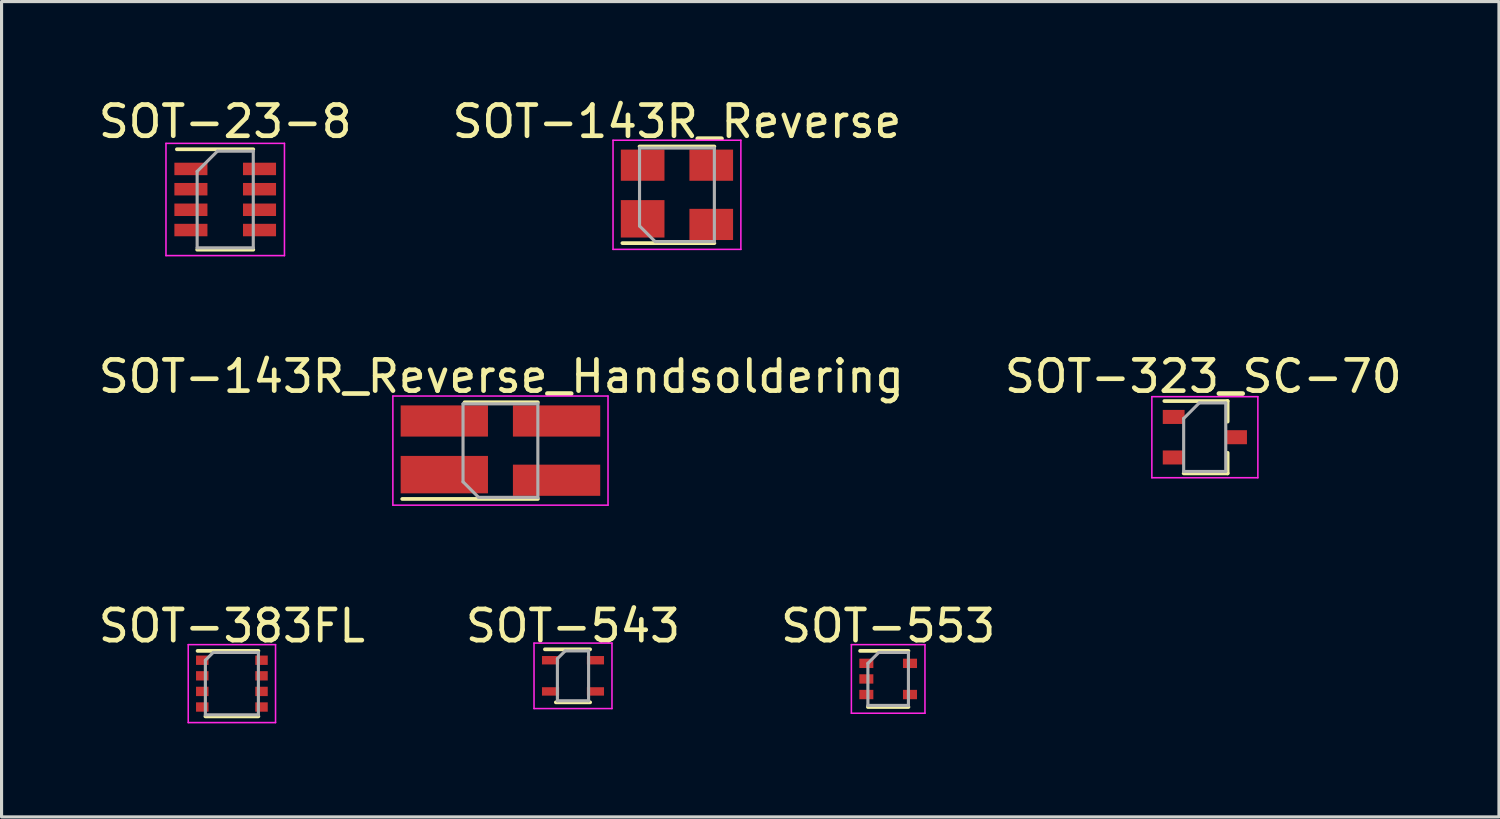
<source format=kicad_pcb>
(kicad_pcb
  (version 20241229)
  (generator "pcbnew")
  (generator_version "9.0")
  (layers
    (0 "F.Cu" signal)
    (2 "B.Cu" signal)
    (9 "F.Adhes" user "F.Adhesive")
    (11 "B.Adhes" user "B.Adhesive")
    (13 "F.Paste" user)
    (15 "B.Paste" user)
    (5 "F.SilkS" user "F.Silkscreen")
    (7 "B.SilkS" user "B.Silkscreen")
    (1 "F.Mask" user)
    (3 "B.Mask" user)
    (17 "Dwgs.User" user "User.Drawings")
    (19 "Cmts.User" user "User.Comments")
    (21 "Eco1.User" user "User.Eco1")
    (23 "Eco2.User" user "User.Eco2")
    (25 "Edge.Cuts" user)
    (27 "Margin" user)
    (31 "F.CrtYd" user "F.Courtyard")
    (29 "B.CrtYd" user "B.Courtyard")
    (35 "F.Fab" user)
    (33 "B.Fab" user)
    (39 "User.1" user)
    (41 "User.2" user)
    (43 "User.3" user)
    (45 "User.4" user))
  (footprint "SOT-23-8"
    (layer "F.Cu")
    (at 4.173 3.348)
    (property "Reference" "SOT-23-8" (at 0 -2.5 0) (layer "F.SilkS") (effects (font (size 1 1) (thickness 0.15))))
    (attr smd)
    (fp_line (start -0.9 1.61) (end 0.9 1.61) (stroke (width 0.12) (type solid)) (layer "F.SilkS"))
    (fp_line (start 0.9 -1.61) (end -1.55 -1.61) (stroke (width 0.12) (type solid)) (layer "F.SilkS"))
    (fp_line (start -1.9 -1.8) (end -1.9 1.8) (stroke (width 0.05) (type solid)) (layer "F.CrtYd"))
    (fp_line (start -1.9 1.8) (end 1.9 1.8) (stroke (width 0.05) (type solid)) (layer "F.CrtYd"))
    (fp_line (start 1.9 -1.8) (end -1.9 -1.8) (stroke (width 0.05) (type solid)) (layer "F.CrtYd"))
    (fp_line (start 1.9 1.8) (end 1.9 -1.8) (stroke (width 0.05) (type solid)) (layer "F.CrtYd"))
    (fp_line (start -0.9 -0.9) (end -0.9 1.55) (stroke (width 0.1) (type solid)) (layer "F.Fab"))
    (fp_line (start -0.9 -0.9) (end -0.25 -1.55) (stroke (width 0.1) (type solid)) (layer "F.Fab"))
    (fp_line (start 0.9 -1.55) (end -0.25 -1.55) (stroke (width 0.1) (type solid)) (layer "F.Fab"))
    (fp_line (start 0.9 -1.55) (end 0.9 1.55) (stroke (width 0.1) (type solid)) (layer "F.Fab"))
    (fp_line (start 0.9 1.55) (end -0.9 1.55) (stroke (width 0.1) (type solid)) (layer "F.Fab"))
    (pad "1" smd rect (at -1.1 -0.98) (size 1.06 0.4) (layers "F.Cu" "F.Mask" "F.Paste"))
    (pad "2" smd rect (at -1.1 -0.33) (size 1.06 0.4) (layers "F.Cu" "F.Mask" "F.Paste"))
    (pad "3" smd rect (at -1.1 0.33) (size 1.06 0.4) (layers "F.Cu" "F.Mask" "F.Paste"))
    (pad "4" smd rect (at -1.1 0.98) (size 1.06 0.4) (layers "F.Cu" "F.Mask" "F.Paste"))
    (pad "5" smd rect (at 1.1 0.98) (size 1.06 0.4) (layers "F.Cu" "F.Mask" "F.Paste"))
    (pad "6" smd rect (at 1.1 0.33) (size 1.06 0.4) (layers "F.Cu" "F.Mask" "F.Paste"))
    (pad "7" smd rect (at 1.1 -0.33) (size 1.06 0.4) (layers "F.Cu" "F.Mask" "F.Paste"))
    (pad "8" smd rect (at 1.1 -0.98) (size 1.06 0.4) (layers "F.Cu" "F.Mask" "F.Paste")))
  (footprint "SOT-143R_Reverse_Handsoldering"
    (layer "F.Cu")
    (at 13 11.402)
    (property "Reference" "SOT-143R_Reverse_Handsoldering" (at 0.03 -2.38 0) (layer "F.SilkS") (effects (font (size 1 1) (thickness 0.15))))
    (attr smd)
    (fp_line (start 1.2 -1.55) (end -1.15 -1.55) (stroke (width 0.12) (type solid)) (layer "F.SilkS"))
    (fp_line (start 1.2 1.55) (end -3.15 1.55) (stroke (width 0.12) (type solid)) (layer "F.SilkS"))
    (fp_line (start -3.45 1.75) (end -3.45 -1.75) (stroke (width 0.05) (type solid)) (layer "F.CrtYd"))
    (fp_line (start -3.45 1.75) (end 3.45 1.75) (stroke (width 0.05) (type solid)) (layer "F.CrtYd"))
    (fp_line (start 3.45 -1.75) (end -3.45 -1.75) (stroke (width 0.05) (type solid)) (layer "F.CrtYd"))
    (fp_line (start 3.45 -1.75) (end 3.45 1.75) (stroke (width 0.05) (type solid)) (layer "F.CrtYd"))
    (fp_line (start -1.2 -1.5) (end 1.2 -1.5) (stroke (width 0.1) (type solid)) (layer "F.Fab"))
    (fp_line (start -1.2 1) (end -1.2 -1.5) (stroke (width 0.1) (type solid)) (layer "F.Fab"))
    (fp_line (start -0.7 1.5) (end -1.2 1) (stroke (width 0.1) (type solid)) (layer "F.Fab"))
    (fp_line (start 1.2 -1.5) (end 1.2 1.5) (stroke (width 0.1) (type solid)) (layer "F.Fab"))
    (fp_line (start 1.2 1.5) (end -0.7 1.5) (stroke (width 0.1) (type solid)) (layer "F.Fab"))
    (pad "1" smd rect (at -1.8 0.77 270) (size 1.2 2.8) (layers "F.Cu" "F.Mask" "F.Paste"))
    (pad "2" smd rect (at -1.8 -0.95 270) (size 1 2.8) (layers "F.Cu" "F.Mask" "F.Paste"))
    (pad "3" smd trapezoid (at 1.8 -0.95 270) (size 1 2.8) (layers "F.Cu" "F.Mask" "F.Paste"))
    (pad "4" smd rect (at 1.8 0.95 270) (size 1 2.8) (layers "F.Cu" "F.Mask" "F.Paste")))
  (footprint "SOT-323_SC-70"
    (layer "F.Cu")
    (at 35.592 10.972)
    (property "Reference" "SOT-323_SC-70" (at -0.05 -1.95 0) (layer "F.SilkS") (effects (font (size 1 1) (thickness 0.15))))
    (attr smd)
    (fp_line (start -0.68 1.16) (end 0.73 1.16) (stroke (width 0.12) (type solid)) (layer "F.SilkS"))
    (fp_line (start 0.73 -1.16) (end -1.3 -1.16) (stroke (width 0.12) (type solid)) (layer "F.SilkS"))
    (fp_line (start 0.73 -1.16) (end 0.73 -0.5) (stroke (width 0.12) (type solid)) (layer "F.SilkS"))
    (fp_line (start 0.73 0.5) (end 0.73 1.16) (stroke (width 0.12) (type solid)) (layer "F.SilkS"))
    (fp_line (start -1.7 -1.3) (end 1.7 -1.3) (stroke (width 0.05) (type solid)) (layer "F.CrtYd"))
    (fp_line (start -1.7 1.3) (end -1.7 -1.3) (stroke (width 0.05) (type solid)) (layer "F.CrtYd"))
    (fp_line (start 1.7 -1.3) (end 1.7 1.3) (stroke (width 0.05) (type solid)) (layer "F.CrtYd"))
    (fp_line (start 1.7 1.3) (end -1.7 1.3) (stroke (width 0.05) (type solid)) (layer "F.CrtYd"))
    (fp_line (start -0.68 -0.6) (end -0.68 1.1) (stroke (width 0.1) (type solid)) (layer "F.Fab"))
    (fp_line (start -0.18 -1.1) (end -0.68 -0.6) (stroke (width 0.1) (type solid)) (layer "F.Fab"))
    (fp_line (start 0.67 -1.1) (end -0.18 -1.1) (stroke (width 0.1) (type solid)) (layer "F.Fab"))
    (fp_line (start 0.67 -1.1) (end 0.67 1.1) (stroke (width 0.1) (type solid)) (layer "F.Fab"))
    (fp_line (start 0.67 1.1) (end -0.68 1.1) (stroke (width 0.1) (type solid)) (layer "F.Fab"))
    (pad "1" smd rect (at -1 -0.65 270) (size 0.45 0.7) (layers "F.Cu" "F.Mask" "F.Paste"))
    (pad "2" smd rect (at -1 0.65 270) (size 0.45 0.7) (layers "F.Cu" "F.Mask" "F.Paste"))
    (pad "3" smd rect (at 1 0 270) (size 0.45 0.7) (layers "F.Cu" "F.Mask" "F.Paste")))
  (footprint "SOT-553"
    (layer "F.Cu")
    (at 25.435 18.725)
    (property "Reference" "SOT-553" (at 0 -1.7 0) (layer "F.SilkS") (effects (font (size 1 1) (thickness 0.15))))
    (attr smd)
    (fp_line (start -0.9 -0.9) (end 0.65 -0.9) (stroke (width 0.12) (type solid)) (layer "F.SilkS"))
    (fp_line (start 0.65 0.9) (end -0.65 0.9) (stroke (width 0.12) (type solid)) (layer "F.SilkS"))
    (fp_line (start -1.18 -1.1) (end -1.18 1.1) (stroke (width 0.05) (type solid)) (layer "F.CrtYd"))
    (fp_line (start -1.18 -1.1) (end 1.18 -1.1) (stroke (width 0.05) (type solid)) (layer "F.CrtYd"))
    (fp_line (start 1.18 1.1) (end -1.18 1.1) (stroke (width 0.05) (type solid)) (layer "F.CrtYd"))
    (fp_line (start 1.18 1.1) (end 1.18 -1.1) (stroke (width 0.05) (type solid)) (layer "F.CrtYd"))
    (fp_line (start -0.65 -0.5) (end -0.65 0.85) (stroke (width 0.1) (type solid)) (layer "F.Fab"))
    (fp_line (start -0.65 -0.5) (end -0.3 -0.85) (stroke (width 0.1) (type solid)) (layer "F.Fab"))
    (fp_line (start -0.65 0.85) (end 0.65 0.85) (stroke (width 0.1) (type solid)) (layer "F.Fab"))
    (fp_line (start 0.65 -0.85) (end -0.3 -0.85) (stroke (width 0.1) (type solid)) (layer "F.Fab"))
    (fp_line (start 0.65 0.85) (end 0.65 -0.85) (stroke (width 0.1) (type solid)) (layer "F.Fab"))
    (pad "1" smd rect (at -0.7 -0.5) (size 0.45 0.3) (layers "F.Cu" "F.Mask" "F.Paste"))
    (pad "2" smd rect (at -0.7 0) (size 0.45 0.3) (layers "F.Cu" "F.Mask" "F.Paste"))
    (pad "3" smd rect (at -0.7 0.5) (size 0.45 0.3) (layers "F.Cu" "F.Mask" "F.Paste"))
    (pad "4" smd rect (at 0.7 0.5) (size 0.45 0.3) (layers "F.Cu" "F.Mask" "F.Paste"))
    (pad "5" smd rect (at 0.7 -0.5) (size 0.45 0.3) (layers "F.Cu" "F.Mask" "F.Paste")))
  (footprint "SOT-383FL"
    (layer "F.Cu")
    (at 4.387 18.875)
    (property "Reference" "SOT-383FL" (at 0 -1.85 0) (layer "F.SilkS") (effects (font (size 1 1) (thickness 0.15))))
    (attr smd)
    (fp_line (start -0.85 1.05) (end 0.85 1.05) (stroke (width 0.12) (type solid)) (layer "F.SilkS"))
    (fp_line (start 0.85 -1.05) (end -1.1 -1.05) (stroke (width 0.12) (type solid)) (layer "F.SilkS"))
    (fp_line (start -1.4 -1.25) (end -1.4 1.25) (stroke (width 0.05) (type solid)) (layer "F.CrtYd"))
    (fp_line (start -1.4 -1.25) (end 1.4 -1.25) (stroke (width 0.05) (type solid)) (layer "F.CrtYd"))
    (fp_line (start 1.4 1.25) (end -1.4 1.25) (stroke (width 0.05) (type solid)) (layer "F.CrtYd"))
    (fp_line (start 1.4 1.25) (end 1.4 -1.25) (stroke (width 0.05) (type solid)) (layer "F.CrtYd"))
    (fp_line (start -0.85 -0.75) (end -0.85 1) (stroke (width 0.1) (type solid)) (layer "F.Fab"))
    (fp_line (start -0.85 -0.75) (end -0.6 -1) (stroke (width 0.1) (type solid)) (layer "F.Fab"))
    (fp_line (start -0.85 1) (end 0.85 1) (stroke (width 0.1) (type solid)) (layer "F.Fab"))
    (fp_line (start -0.6 -1) (end 0.85 -1) (stroke (width 0.1) (type solid)) (layer "F.Fab"))
    (fp_line (start 0.85 1) (end 0.85 -1) (stroke (width 0.1) (type solid)) (layer "F.Fab"))
    (pad "1" smd rect (at -0.95 -0.75) (size 0.4 0.3) (layers "F.Cu" "F.Mask" "F.Paste"))
    (pad "2" smd rect (at -0.95 -0.25) (size 0.4 0.3) (layers "F.Cu" "F.Mask" "F.Paste"))
    (pad "3" smd rect (at -0.95 0.25) (size 0.4 0.3) (layers "F.Cu" "F.Mask" "F.Paste"))
    (pad "4" smd rect (at -0.95 0.75) (size 0.4 0.3) (layers "F.Cu" "F.Mask" "F.Paste"))
    (pad "5" smd rect (at 0.95 0.75) (size 0.4 0.3) (layers "F.Cu" "F.Mask" "F.Paste"))
    (pad "6" smd rect (at 0.95 0.25) (size 0.4 0.3) (layers "F.Cu" "F.Mask" "F.Paste"))
    (pad "7" smd rect (at 0.95 -0.25) (size 0.4 0.3) (layers "F.Cu" "F.Mask" "F.Paste"))
    (pad "8" smd rect (at 0.95 -0.75) (size 0.4 0.3) (layers "F.Cu" "F.Mask" "F.Paste")))
  (footprint "SOT-143R_Reverse"
    (layer "F.Cu")
    (at 18.661 3.198)
    (property "Reference" "SOT-143R_Reverse" (at 0 -2.35 0) (layer "F.SilkS") (effects (font (size 1 1) (thickness 0.15))))
    (attr smd)
    (fp_line (start -1.2 -1.55) (end 1.2 -1.55) (stroke (width 0.12) (type solid)) (layer "F.SilkS"))
    (fp_line (start 1.2 1.55) (end -1.75 1.55) (stroke (width 0.12) (type solid)) (layer "F.SilkS"))
    (fp_line (start -2.05 1.75) (end -2.05 -1.75) (stroke (width 0.05) (type solid)) (layer "F.CrtYd"))
    (fp_line (start -2.05 1.75) (end 2.05 1.75) (stroke (width 0.05) (type solid)) (layer "F.CrtYd"))
    (fp_line (start 2.05 -1.75) (end -2.05 -1.75) (stroke (width 0.05) (type solid)) (layer "F.CrtYd"))
    (fp_line (start 2.05 -1.75) (end 2.05 1.75) (stroke (width 0.05) (type solid)) (layer "F.CrtYd"))
    (fp_line (start -1.2 -1.5) (end 1.2 -1.5) (stroke (width 0.1) (type solid)) (layer "F.Fab"))
    (fp_line (start -1.2 1) (end -1.2 -1.5) (stroke (width 0.1) (type solid)) (layer "F.Fab"))
    (fp_line (start -0.7 1.5) (end -1.2 1) (stroke (width 0.1) (type solid)) (layer "F.Fab"))
    (fp_line (start 1.2 -1.5) (end 1.2 1.5) (stroke (width 0.1) (type solid)) (layer "F.Fab"))
    (fp_line (start 1.2 1.5) (end -0.7 1.5) (stroke (width 0.1) (type solid)) (layer "F.Fab"))
    (pad "1" smd rect (at -1.1 0.77 270) (size 1.2 1.4) (layers "F.Cu" "F.Mask" "F.Paste"))
    (pad "2" smd rect (at -1.1 -0.95 270) (size 1 1.4) (layers "F.Cu" "F.Mask" "F.Paste"))
    (pad "3" smd rect (at 1.1 -0.95 270) (size 1 1.4) (layers "F.Cu" "F.Mask" "F.Paste"))
    (pad "4" smd rect (at 1.1 0.95 270) (size 1 1.4) (layers "F.Cu" "F.Mask" "F.Paste")))
  (footprint "SOT-543"
    (layer "F.Cu")
    (at 15.327 18.625)
    (property "Reference" "SOT-543" (at 0 -1.6 0) (layer "F.SilkS") (effects (font (size 1 1) (thickness 0.15))))
    (attr smd)
    (fp_line (start 0.55 -0.85) (end -0.9 -0.85) (stroke (width 0.12) (type solid)) (layer "F.SilkS"))
    (fp_line (start 0.55 0.85) (end -0.55 0.85) (stroke (width 0.12) (type solid)) (layer "F.SilkS"))
    (fp_line (start -1.25 1.05) (end -1.25 -1.05) (stroke (width 0.05) (type solid)) (layer "F.CrtYd"))
    (fp_line (start -1.25 1.05) (end 1.25 1.05) (stroke (width 0.05) (type solid)) (layer "F.CrtYd"))
    (fp_line (start 1.25 -1.05) (end -1.25 -1.05) (stroke (width 0.05) (type solid)) (layer "F.CrtYd"))
    (fp_line (start 1.25 -1.05) (end 1.25 1.05) (stroke (width 0.05) (type solid)) (layer "F.CrtYd"))
    (fp_line (start -0.5 -0.55) (end -0.5 0.8) (stroke (width 0.1) (type solid)) (layer "F.Fab"))
    (fp_line (start -0.5 0.8) (end 0.5 0.8) (stroke (width 0.1) (type solid)) (layer "F.Fab"))
    (fp_line (start -0.25 -0.8) (end -0.5 -0.55) (stroke (width 0.1) (type solid)) (layer "F.Fab"))
    (fp_line (start 0.5 -0.8) (end -0.25 -0.8) (stroke (width 0.1) (type solid)) (layer "F.Fab"))
    (fp_line (start 0.5 0.8) (end 0.5 -0.8) (stroke (width 0.1) (type solid)) (layer "F.Fab"))
    (pad "1" smd rect (at -0.72 -0.5 270) (size 0.27 0.55) (layers "F.Cu" "F.Mask" "F.Paste"))
    (pad "2" smd rect (at -0.72 0.5 270) (size 0.27 0.55) (layers "F.Cu" "F.Mask" "F.Paste"))
    (pad "3" smd rect (at 0.72 0.5 270) (size 0.27 0.55) (layers "F.Cu" "F.Mask" "F.Paste"))
    (pad "4" smd rect (at 0.72 -0.5 270) (size 0.27 0.55) (layers "F.Cu" "F.Mask" "F.Paste")))
  (gr_rect
    (start -3 -3)
    (end 45.024 23.15)
    (stroke (width 0.1) (type default))
    (fill no)
    (layer "Edge.Cuts")))
</source>
